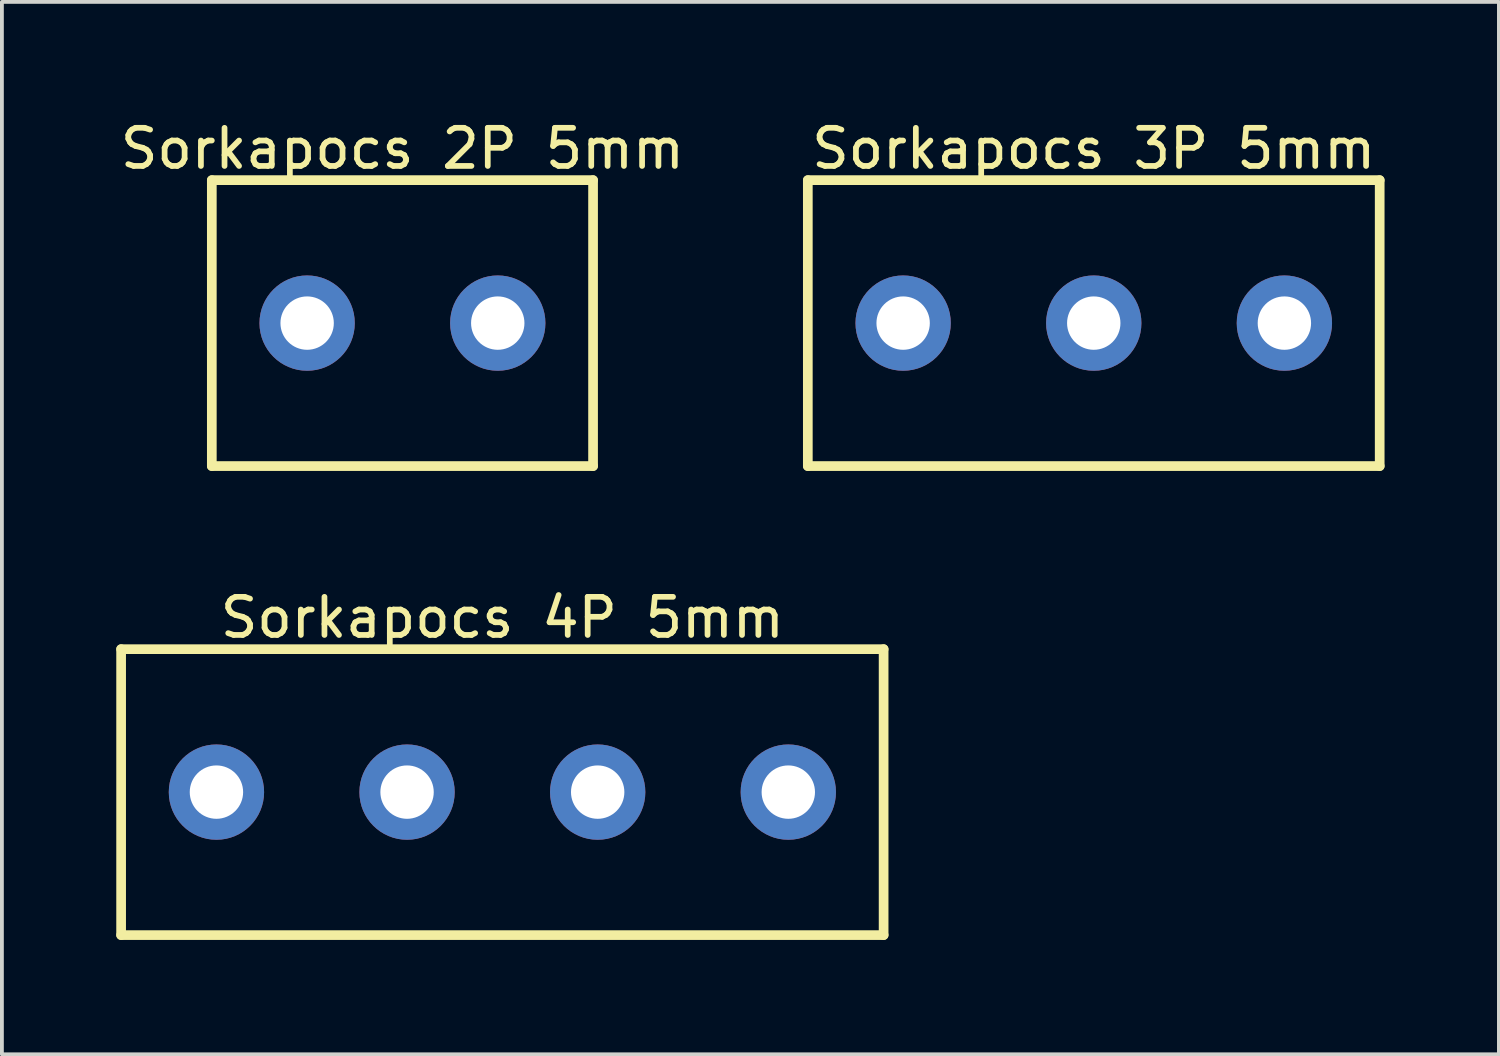
<source format=kicad_pcb>
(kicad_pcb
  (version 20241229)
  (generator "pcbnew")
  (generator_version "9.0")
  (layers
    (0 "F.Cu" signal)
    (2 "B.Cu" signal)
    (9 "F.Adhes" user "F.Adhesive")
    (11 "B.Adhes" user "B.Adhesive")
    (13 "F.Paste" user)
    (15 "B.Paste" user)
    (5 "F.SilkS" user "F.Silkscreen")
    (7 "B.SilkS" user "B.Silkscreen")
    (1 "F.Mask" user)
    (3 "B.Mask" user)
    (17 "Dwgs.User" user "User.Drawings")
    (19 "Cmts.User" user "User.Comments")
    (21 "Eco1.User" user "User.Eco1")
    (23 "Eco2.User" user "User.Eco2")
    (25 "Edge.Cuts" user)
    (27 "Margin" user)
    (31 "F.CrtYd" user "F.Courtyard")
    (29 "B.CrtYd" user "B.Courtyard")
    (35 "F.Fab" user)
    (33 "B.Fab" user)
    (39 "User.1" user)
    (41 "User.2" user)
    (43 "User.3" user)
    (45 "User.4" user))
  (footprint "Sorkapocs 2P 5mm"
    (layer "F.Cu")
    (at 7.506 5.425)
    (property "Reference" "Sorkapocs 2P 5mm" (at 0 -4.577 0) (layer "F.SilkS") (effects (font (size 1 1) (thickness 0.15))))
    (fp_line (start -5 -3.75) (end 5 -3.75) (stroke (width 0.254) (type solid)) (layer "F.SilkS"))
    (fp_line (start -5 3.75) (end -5 -3.75) (stroke (width 0.254) (type solid)) (layer "F.SilkS"))
    (fp_line (start -5 3.75) (end 5 3.75) (stroke (width 0.254) (type solid)) (layer "F.SilkS"))
    (fp_line (start 5 3.75) (end 5 -3.75) (stroke (width 0.254) (type solid)) (layer "F.SilkS"))
    (pad "1" thru_hole circle (at -2.5 0) (size 2.5 2.5) (drill 1.4) (layers "*.Cu" "*.Mask"))
    (pad "2" thru_hole circle (at 2.5 0) (size 2.5 2.5) (drill 1.4) (layers "*.Cu" "*.Mask")))
  (footprint "Sorkapocs 3P 5mm"
    (layer "F.Cu")
    (at 25.639 5.425)
    (property "Reference" "Sorkapocs 3P 5mm" (at 0 -4.577 0) (layer "F.SilkS") (effects (font (size 1 1) (thickness 0.15))))
    (fp_line (start -7.5 -3.75) (end 7.5 -3.75) (stroke (width 0.254) (type solid)) (layer "F.SilkS"))
    (fp_line (start -7.5 3.75) (end -7.5 -3.75) (stroke (width 0.254) (type solid)) (layer "F.SilkS"))
    (fp_line (start -7.5 3.75) (end 7.5 3.75) (stroke (width 0.254) (type solid)) (layer "F.SilkS"))
    (fp_line (start 7.5 3.75) (end 7.5 -3.75) (stroke (width 0.254) (type solid)) (layer "F.SilkS"))
    (pad "1" thru_hole circle (at -5 0) (size 2.5 2.5) (drill 1.4) (layers "*.Cu" "*.Mask"))
    (pad "2" thru_hole circle (at 0 0) (size 2.5 2.5) (drill 1.4) (layers "*.Cu" "*.Mask"))
    (pad "3" thru_hole circle (at 5 0) (size 2.5 2.5) (drill 1.4) (layers "*.Cu" "*.Mask")))
  (footprint "Sorkapocs 4P 5mm"
    (layer "F.Cu")
    (at 10.127 17.727)
    (property "Reference" "Sorkapocs 4P 5mm" (at 0 -4.577 0) (layer "F.SilkS") (effects (font (size 1 1) (thickness 0.15))))
    (fp_line (start -10 -3.75) (end 10 -3.75) (stroke (width 0.254) (type solid)) (layer "F.SilkS"))
    (fp_line (start -10 3.75) (end -10 -3.75) (stroke (width 0.254) (type solid)) (layer "F.SilkS"))
    (fp_line (start -10 3.75) (end 10 3.75) (stroke (width 0.254) (type solid)) (layer "F.SilkS"))
    (fp_line (start 10 3.75) (end 10 -3.75) (stroke (width 0.254) (type solid)) (layer "F.SilkS"))
    (pad "1" thru_hole circle (at -7.5 0) (size 2.5 2.5) (drill 1.4) (layers "*.Cu" "*.Mask"))
    (pad "2" thru_hole circle (at -2.5 0) (size 2.5 2.5) (drill 1.4) (layers "*.Cu" "*.Mask"))
    (pad "3" thru_hole circle (at 2.5 0) (size 2.5 2.5) (drill 1.4) (layers "*.Cu" "*.Mask"))
    (pad "4" thru_hole circle (at 7.5 0) (size 2.5 2.5) (drill 1.4) (layers "*.Cu" "*.Mask")))
  (gr_rect
    (start -3 -3)
    (end 36.266 24.605)
    (stroke (width 0.1) (type default))
    (fill no)
    (layer "Edge.Cuts")))
</source>
